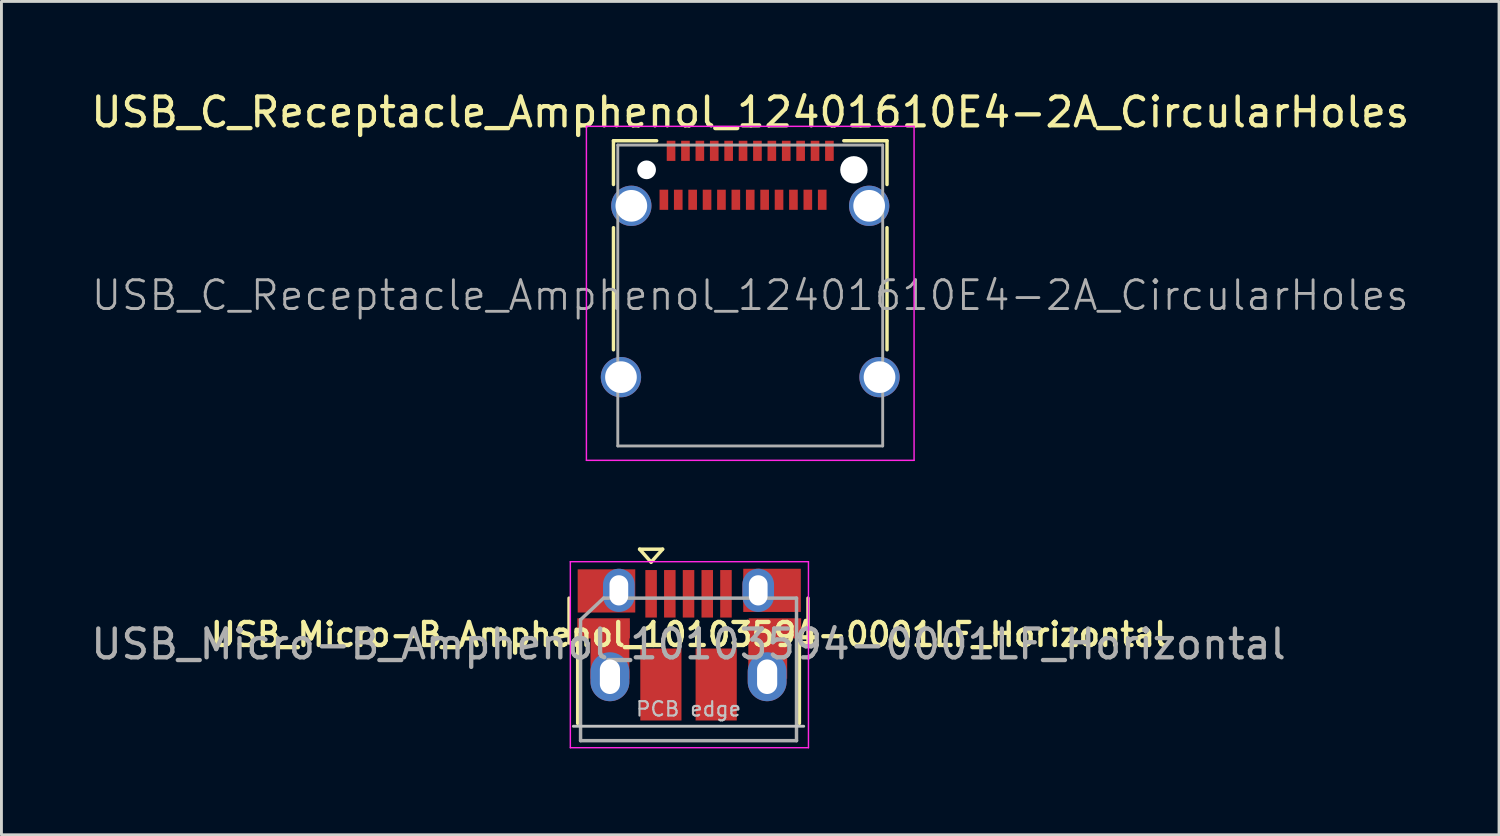
<source format=kicad_pcb>
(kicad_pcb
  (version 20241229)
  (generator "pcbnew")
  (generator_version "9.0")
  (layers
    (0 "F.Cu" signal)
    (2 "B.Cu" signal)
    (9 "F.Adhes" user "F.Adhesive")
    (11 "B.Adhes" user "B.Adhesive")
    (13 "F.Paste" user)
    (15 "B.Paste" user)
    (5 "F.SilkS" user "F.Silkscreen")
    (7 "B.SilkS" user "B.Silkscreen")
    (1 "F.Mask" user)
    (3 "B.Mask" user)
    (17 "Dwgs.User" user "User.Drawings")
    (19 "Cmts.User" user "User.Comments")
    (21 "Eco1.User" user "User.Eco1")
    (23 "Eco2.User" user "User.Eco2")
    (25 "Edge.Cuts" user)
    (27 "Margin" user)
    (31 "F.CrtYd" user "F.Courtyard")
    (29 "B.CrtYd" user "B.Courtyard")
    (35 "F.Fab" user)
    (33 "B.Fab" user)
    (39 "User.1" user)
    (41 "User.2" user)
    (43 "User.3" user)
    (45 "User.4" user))
  (footprint "USB_C_Receptacle_Amphenol_12401610E4-2A_CircularHoles"
    (layer "F.Cu")
    (at 23.006 7.208)
    (property "Reference" "USB_C_Receptacle_Amphenol_12401610E4-2A_CircularHoles" (at 0 -6.36 180) (layer "F.SilkS") (effects (font (size 1 1) (thickness 0.15))))
    (attr smd)
    (fp_line (start -4.75 -5.37) (end -4.75 -3.85) (stroke (width 0.12) (type solid)) (layer "F.SilkS"))
    (fp_line (start -4.75 -5.37) (end -3.25 -5.37) (stroke (width 0.12) (type solid)) (layer "F.SilkS"))
    (fp_line (start -4.75 -2.35) (end -4.75 1.89) (stroke (width 0.12) (type solid)) (layer "F.SilkS"))
    (fp_line (start 3.25 -5.37) (end 4.75 -5.37) (stroke (width 0.12) (type solid)) (layer "F.SilkS"))
    (fp_line (start 4.75 -5.37) (end 4.75 -3.85) (stroke (width 0.12) (type solid)) (layer "F.SilkS"))
    (fp_line (start 4.75 -2.35) (end 4.75 1.89) (stroke (width 0.12) (type solid)) (layer "F.SilkS"))
    (fp_line (start -5.69 -5.87) (end 5.69 -5.87) (stroke (width 0.05) (type solid)) (layer "F.CrtYd"))
    (fp_line (start -5.69 5.73) (end -5.69 -5.87) (stroke (width 0.05) (type solid)) (layer "F.CrtYd"))
    (fp_line (start 5.69 -5.87) (end 5.69 5.73) (stroke (width 0.05) (type solid)) (layer "F.CrtYd"))
    (fp_line (start 5.69 5.73) (end -5.69 5.73) (stroke (width 0.05) (type solid)) (layer "F.CrtYd"))
    (fp_line (start -4.6 -5.22) (end 4.6 -5.22) (stroke (width 0.1) (type solid)) (layer "F.Fab"))
    (fp_line (start -4.6 5.23) (end -4.6 -5.22) (stroke (width 0.1) (type solid)) (layer "F.Fab"))
    (fp_line (start -4.6 5.23) (end 4.6 5.23) (stroke (width 0.1) (type solid)) (layer "F.Fab"))
    (fp_line (start 4.6 5.23) (end 4.6 -5.22) (stroke (width 0.1) (type solid)) (layer "F.Fab"))
    (fp_text user "${REFERENCE}" (at 0 0 180) (layer "F.Fab") (effects (font (size 1 1) (thickness 0.1))))
    (pad "" np_thru_hole circle (at -3.6 -4.36) (size 0.65 0.65) (drill 0.65) (layers "*.Cu" "*.Mask"))
    (pad "" np_thru_hole circle (at 3.6 -4.36) (size 0.95 0.95) (drill 0.95) (layers "*.Cu" "*.Mask"))
    (pad "A1" smd rect (at -2.75 -5.02) (size 0.3 0.7) (layers "F.Cu" "F.Mask" "F.Paste"))
    (pad "A2" smd rect (at -2.25 -5.02) (size 0.3 0.7) (layers "F.Cu" "F.Mask" "F.Paste"))
    (pad "A3" smd rect (at -1.75 -5.02) (size 0.3 0.7) (layers "F.Cu" "F.Mask" "F.Paste"))
    (pad "A4" smd rect (at -1.25 -5.02) (size 0.3 0.7) (layers "F.Cu" "F.Mask" "F.Paste"))
    (pad "A5" smd rect (at -0.75 -5.02) (size 0.3 0.7) (layers "F.Cu" "F.Mask" "F.Paste"))
    (pad "A6" smd rect (at -0.25 -5.02) (size 0.3 0.7) (layers "F.Cu" "F.Mask" "F.Paste"))
    (pad "A7" smd rect (at 0.25 -5.02) (size 0.3 0.7) (layers "F.Cu" "F.Mask" "F.Paste"))
    (pad "A8" smd rect (at 0.75 -5.02) (size 0.3 0.7) (layers "F.Cu" "F.Mask" "F.Paste"))
    (pad "A9" smd rect (at 1.25 -5.02) (size 0.3 0.7) (layers "F.Cu" "F.Mask" "F.Paste"))
    (pad "A10" smd rect (at 1.75 -5.02) (size 0.3 0.7) (layers "F.Cu" "F.Mask" "F.Paste"))
    (pad "A11" smd rect (at 2.25 -5.02) (size 0.3 0.7) (layers "F.Cu" "F.Mask" "F.Paste"))
    (pad "A12" smd rect (at 2.75 -5.02) (size 0.3 0.7) (layers "F.Cu" "F.Mask" "F.Paste"))
    (pad "B1" smd rect (at 2.5 -3.32) (size 0.3 0.7) (layers "F.Cu" "F.Mask" "F.Paste"))
    (pad "B2" smd rect (at 2 -3.32) (size 0.3 0.7) (layers "F.Cu" "F.Mask" "F.Paste"))
    (pad "B3" smd rect (at 1.5 -3.32) (size 0.3 0.7) (layers "F.Cu" "F.Mask" "F.Paste"))
    (pad "B4" smd rect (at 1 -3.32) (size 0.3 0.7) (layers "F.Cu" "F.Mask" "F.Paste"))
    (pad "B5" smd rect (at 0.5 -3.32) (size 0.3 0.7) (layers "F.Cu" "F.Mask" "F.Paste"))
    (pad "B6" smd rect (at 0 -3.32) (size 0.3 0.7) (layers "F.Cu" "F.Mask" "F.Paste"))
    (pad "B7" smd rect (at -0.5 -3.32) (size 0.3 0.7) (layers "F.Cu" "F.Mask" "F.Paste"))
    (pad "B8" smd rect (at -1 -3.32) (size 0.3 0.7) (layers "F.Cu" "F.Mask" "F.Paste"))
    (pad "B9" smd rect (at -1.5 -3.32) (size 0.3 0.7) (layers "F.Cu" "F.Mask" "F.Paste"))
    (pad "B10" smd rect (at -2 -3.32) (size 0.3 0.7) (layers "F.Cu" "F.Mask" "F.Paste"))
    (pad "B11" smd rect (at -2.5 -3.32) (size 0.3 0.7) (layers "F.Cu" "F.Mask" "F.Paste"))
    (pad "B12" smd rect (at -3 -3.32) (size 0.3 0.7) (layers "F.Cu" "F.Mask" "F.Paste"))
    (pad "S1" thru_hole circle (at -4.49 2.84) (size 1.4 1.4) (drill 1.1) (layers "*.Cu" "*.Mask"))
    (pad "S1" thru_hole circle (at -4.13 -3.11) (size 1.4 1.4) (drill 1.1) (layers "*.Cu" "*.Mask"))
    (pad "S1" thru_hole circle (at 4.13 -3.11) (size 1.4 1.4) (drill 1.1) (layers "*.Cu" "*.Mask"))
    (pad "S1" thru_hole circle (at 4.49 2.84) (size 1.4 1.4) (drill 1.1) (layers "*.Cu" "*.Mask")))
  (footprint "USB_Micro-B_Amphenol_10103594-0001LF_Horizontal"
    (layer "F.Cu")
    (at 20.888 19.338)
    (property "Reference" "USB_Micro-B_Amphenol_10103594-0001LF_Horizontal" (at -0.01 -0.35 0) (layer "F.SilkS") (effects (font (size 0.8 0.8) (thickness 0.15))))
    (attr smd)
    (fp_line (start -4.175 -0.065) (end -4.175 -1.615) (stroke (width 0.12) (type solid)) (layer "F.SilkS"))
    (fp_line (start -4.175 -0.065) (end -3.875 -0.065) (stroke (width 0.12) (type solid)) (layer "F.SilkS"))
    (fp_line (start -3.875 2.735) (end -3.875 -0.065) (stroke (width 0.12) (type solid)) (layer "F.SilkS"))
    (fp_line (start -1.725 -3.315) (end -0.925 -3.315) (stroke (width 0.12) (type solid)) (layer "F.SilkS"))
    (fp_line (start -1.325 -2.865) (end -1.725 -3.315) (stroke (width 0.12) (type solid)) (layer "F.SilkS"))
    (fp_line (start -0.925 -3.315) (end -1.325 -2.865) (stroke (width 0.12) (type solid)) (layer "F.SilkS"))
    (fp_line (start 3.825 -0.065) (end 4.125 -0.065) (stroke (width 0.12) (type solid)) (layer "F.SilkS"))
    (fp_line (start 3.825 2.735) (end 3.825 -0.065) (stroke (width 0.12) (type solid)) (layer "F.SilkS"))
    (fp_line (start 4.125 -0.065) (end 4.125 -1.615) (stroke (width 0.12) (type solid)) (layer "F.SilkS"))
    (fp_line (start -4.025 2.835) (end 3.975 2.835) (stroke (width 0.1) (type solid)) (layer "Dwgs.User"))
    (fp_line (start -4.13 -2.88) (end -4.13 3.58) (stroke (width 0.05) (type solid)) (layer "F.CrtYd"))
    (fp_line (start -4.13 -2.88) (end 4.14 -2.88) (stroke (width 0.05) (type solid)) (layer "F.CrtYd"))
    (fp_line (start 4.14 3.58) (end -4.13 3.58) (stroke (width 0.05) (type solid)) (layer "F.CrtYd"))
    (fp_line (start 4.14 3.58) (end 4.14 -2.88) (stroke (width 0.05) (type solid)) (layer "F.CrtYd"))
    (fp_line (start -3.775 -0.865) (end -2.975 -1.615) (stroke (width 0.12) (type solid)) (layer "F.Fab"))
    (fp_line (start -3.775 3.335) (end -3.775 -0.865) (stroke (width 0.12) (type solid)) (layer "F.Fab"))
    (fp_line (start -2.975 -1.615) (end 3.725 -1.615) (stroke (width 0.12) (type solid)) (layer "F.Fab"))
    (fp_line (start 3.725 -1.615) (end 3.725 3.335) (stroke (width 0.12) (type solid)) (layer "F.Fab"))
    (fp_line (start 3.725 3.335) (end -3.775 3.335) (stroke (width 0.12) (type solid)) (layer "F.Fab"))
    (fp_text user "PCB edge" (at -0.025 2.235 0) (layer "Dwgs.User") (effects (font (size 0.5 0.5) (thickness 0.075))))
    (fp_text user "${REFERENCE}" (at -0.025 -0.015 0) (layer "F.Fab") (effects (font (size 1 1) (thickness 0.15))))
    (pad "1" smd rect (at -1.325 -1.765 90) (size 1.65 0.4) (layers "F.Cu" "F.Mask" "F.Paste"))
    (pad "2" smd rect (at -0.675 -1.765 90) (size 1.65 0.4) (layers "F.Cu" "F.Mask" "F.Paste"))
    (pad "3" smd rect (at -0.025 -1.765 90) (size 1.65 0.4) (layers "F.Cu" "F.Mask" "F.Paste"))
    (pad "4" smd rect (at 0.625 -1.765 90) (size 1.65 0.4) (layers "F.Cu" "F.Mask" "F.Paste"))
    (pad "5" smd rect (at 1.275 -1.765 90) (size 1.65 0.4) (layers "F.Cu" "F.Mask" "F.Paste"))
    (pad "6" smd rect (at -2.975 -0.565) (size 1.825 0.7) (layers "F.Cu" "F.Mask" "F.Paste"))
    (pad "6" smd rect (at -2.875 -1.865) (size 2 1.5) (layers "F.Cu" "F.Mask" "F.Paste"))
    (pad "6" smd rect (at -2.755 0.185) (size 1.35 2) (layers "F.Cu" "F.Mask" "F.Paste"))
    (pad "6" thru_hole oval (at -2.755 1.115 90) (size 1.7 1.35) (drill oval 1.2 0.7) (layers "*.Cu" "*.Mask"))
    (pad "6" thru_hole oval (at -2.445 -1.885 90) (size 1.5 1.1) (drill oval 1.05 0.65) (layers "*.Cu" "*.Mask"))
    (pad "6" smd rect (at -0.985 1.385 90) (size 2.5 1.43) (layers "F.Cu" "F.Mask" "F.Paste"))
    (pad "6" smd rect (at 0.935 1.385 90) (size 2.5 1.43) (layers "F.Cu" "F.Mask" "F.Paste"))
    (pad "6" thru_hole oval (at 2.395 -1.885 90) (size 1.5 1.1) (drill oval 1.05 0.65) (layers "*.Cu" "*.Mask"))
    (pad "6" thru_hole oval (at 2.705 1.115 90) (size 1.7 1.35) (drill oval 1.2 0.7) (layers "*.Cu" "*.Mask"))
    (pad "6" smd rect (at 2.725 0.185) (size 1.35 2) (layers "F.Cu" "F.Mask" "F.Paste"))
    (pad "6" smd rect (at 2.875 -1.885) (size 2 1.5) (layers "F.Cu" "F.Mask" "F.Paste"))
    (pad "6" smd rect (at 2.975 -0.565) (size 1.825 0.7) (layers "F.Cu" "F.Mask" "F.Paste")))
  (gr_rect
    (start -3 -3)
    (end 49.012 25.943)
    (stroke (width 0.1) (type default))
    (fill no)
    (layer "Edge.Cuts")))
</source>
